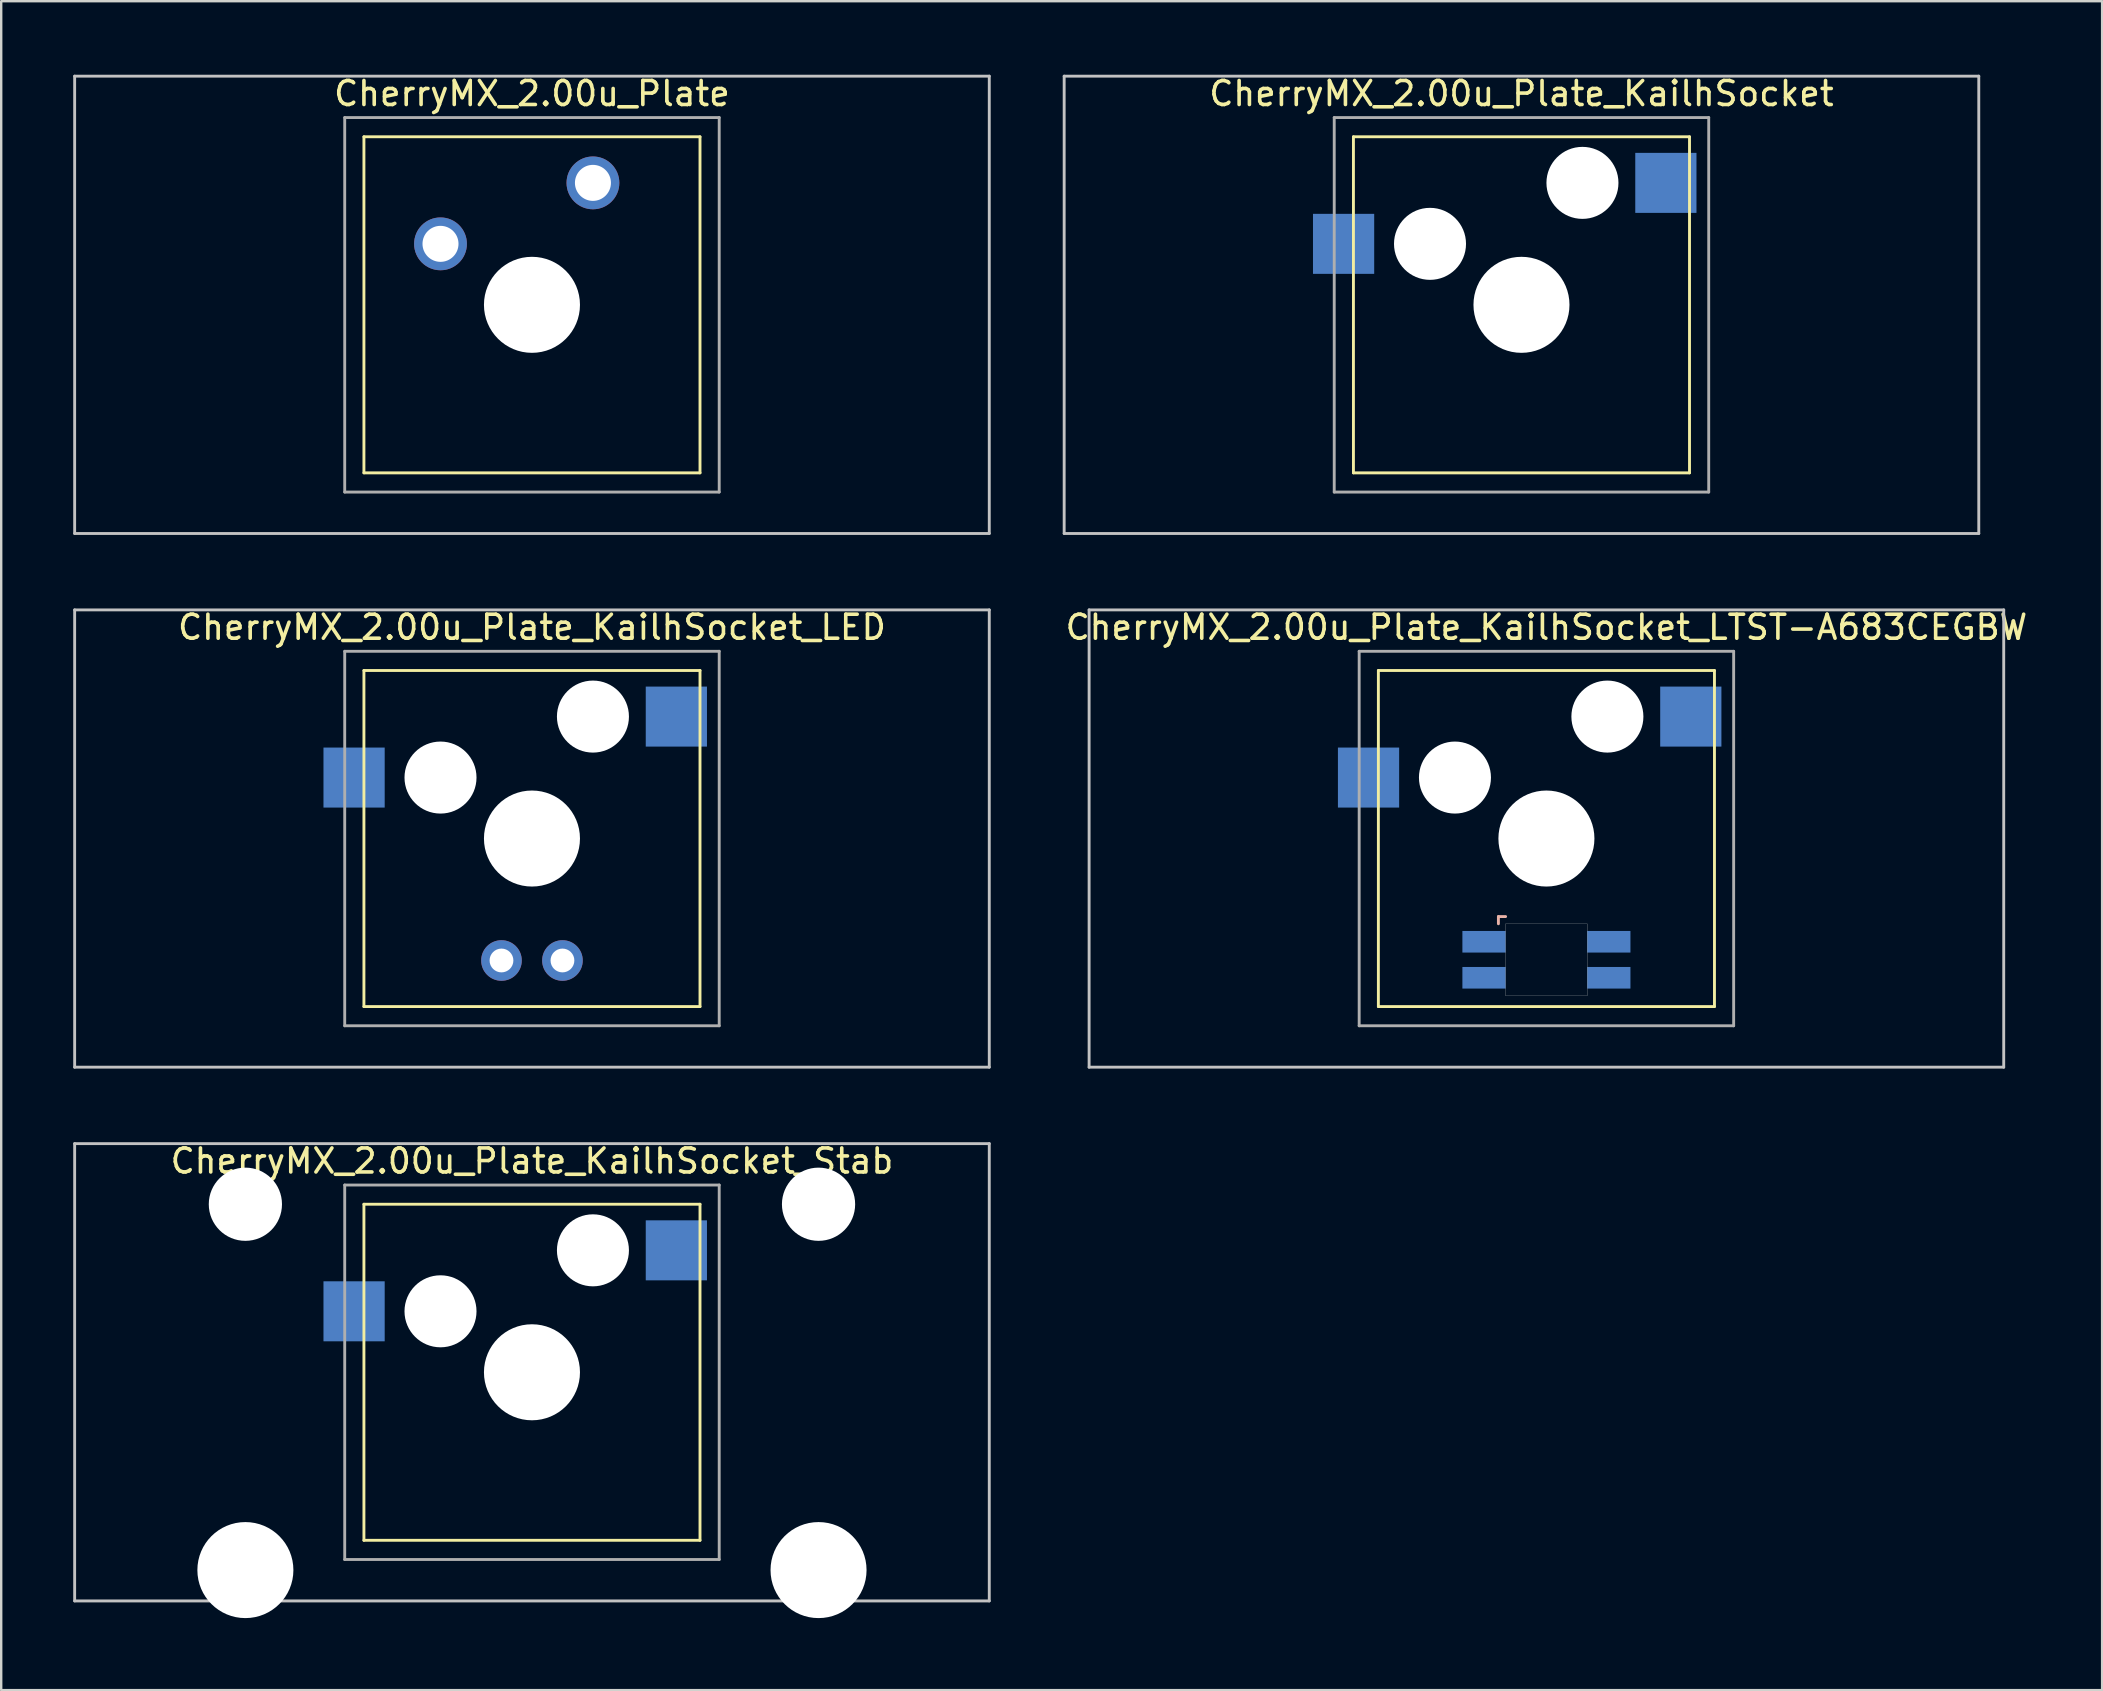
<source format=kicad_pcb>
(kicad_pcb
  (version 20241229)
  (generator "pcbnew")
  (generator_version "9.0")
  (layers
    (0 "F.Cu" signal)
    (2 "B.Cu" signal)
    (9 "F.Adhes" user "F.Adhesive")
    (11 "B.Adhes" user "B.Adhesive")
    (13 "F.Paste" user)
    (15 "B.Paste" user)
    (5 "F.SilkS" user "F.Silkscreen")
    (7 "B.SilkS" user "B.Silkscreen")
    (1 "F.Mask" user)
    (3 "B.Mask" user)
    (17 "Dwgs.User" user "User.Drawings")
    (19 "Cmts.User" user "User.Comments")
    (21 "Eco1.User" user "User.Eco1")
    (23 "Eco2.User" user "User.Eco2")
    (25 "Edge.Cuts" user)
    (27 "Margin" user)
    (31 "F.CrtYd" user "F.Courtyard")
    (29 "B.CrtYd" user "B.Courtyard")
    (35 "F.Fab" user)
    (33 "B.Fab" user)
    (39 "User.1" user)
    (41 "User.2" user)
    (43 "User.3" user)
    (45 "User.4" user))
  (footprint "CherryMX_2.00u_Plate_KailhSocket"
    (layer "F.Cu")
    (at 60.33 9.648)
    (property "Reference" "CherryMX_2.00u_Plate_KailhSocket" (at 0 -8.8 0) (layer "F.SilkS") (effects (font (size 1 1) (thickness 0.15))))
    (attr through_hole)
    (fp_line (start -7 -7) (end -7 7) (stroke (width 0.12) (type solid)) (layer "F.SilkS"))
    (fp_line (start -7 -7) (end 7 -7) (stroke (width 0.12) (type solid)) (layer "F.SilkS"))
    (fp_line (start 7 -7) (end 7 7) (stroke (width 0.12) (type solid)) (layer "F.SilkS"))
    (fp_line (start 7 7) (end -7 7) (stroke (width 0.12) (type solid)) (layer "F.SilkS"))
    (fp_line (start -19.05 -9.525) (end 19.05 -9.525) (stroke (width 0.12) (type solid)) (layer "Dwgs.User"))
    (fp_line (start -19.05 9.525) (end -19.05 -9.525) (stroke (width 0.12) (type solid)) (layer "Dwgs.User"))
    (fp_line (start 19.05 -9.525) (end 19.05 9.525) (stroke (width 0.12) (type solid)) (layer "Dwgs.User"))
    (fp_line (start 19.05 9.525) (end -19.05 9.525) (stroke (width 0.12) (type solid)) (layer "Dwgs.User"))
    (fp_line (start -7.8 -7.8) (end -7.8 7.8) (stroke (width 0.12) (type solid)) (layer "F.Fab"))
    (fp_line (start -7.8 -7.8) (end 7.8 -7.8) (stroke (width 0.12) (type solid)) (layer "F.Fab"))
    (fp_line (start -7.8 7.8) (end 7.8 7.8) (stroke (width 0.12) (type solid)) (layer "F.Fab"))
    (fp_line (start 7.8 -7.8) (end 7.8 7.8) (stroke (width 0.12) (type solid)) (layer "F.Fab"))
    (pad "" np_thru_hole circle (at -3.81 -2.54) (size 3 3) (drill 3) (layers "*.Cu" "*.Mask"))
    (pad "" np_thru_hole circle (at 0 0) (size 4 4) (drill 4) (layers "*.Cu" "*.Mask"))
    (pad "" np_thru_hole circle (at 2.54 -5.08) (size 3 3) (drill 3) (layers "*.Cu" "*.Mask"))
    (pad "1" smd rect (at -7.41 -2.54) (size 2.55 2.5) (layers "B.Cu" "B.Mask" "B.Paste"))
    (pad "2" smd rect (at 6.015 -5.08) (size 2.55 2.5) (layers "B.Cu" "B.Mask" "B.Paste")))
  (footprint "CherryMX_2.00u_Plate_KailhSocket_LTST-A683CEGBW"
    (layer "F.Cu")
    (at 61.369 31.881)
    (property "Reference" "CherryMX_2.00u_Plate_KailhSocket_LTST-A683CEGBW" (at 0 -8.8 0) (layer "F.SilkS") (effects (font (size 1 1) (thickness 0.15))))
    (attr through_hole)
    (fp_line (start -7 -7) (end -7 7) (stroke (width 0.12) (type solid)) (layer "F.SilkS"))
    (fp_line (start -7 -7) (end 7 -7) (stroke (width 0.12) (type solid)) (layer "F.SilkS"))
    (fp_line (start 7 -7) (end 7 7) (stroke (width 0.12) (type solid)) (layer "F.SilkS"))
    (fp_line (start 7 7) (end -7 7) (stroke (width 0.12) (type solid)) (layer "F.SilkS"))
    (fp_line (start -2 3.25) (end -2 3.55) (stroke (width 0.12) (type solid)) (layer "B.SilkS"))
    (fp_line (start -1.7 3.25) (end -2 3.25) (stroke (width 0.12) (type solid)) (layer "B.SilkS"))
    (fp_line (start -19.05 -9.525) (end 19.05 -9.525) (stroke (width 0.12) (type solid)) (layer "Dwgs.User"))
    (fp_line (start -19.05 9.525) (end -19.05 -9.525) (stroke (width 0.12) (type solid)) (layer "Dwgs.User"))
    (fp_line (start 19.05 -9.525) (end 19.05 9.525) (stroke (width 0.12) (type solid)) (layer "Dwgs.User"))
    (fp_line (start 19.05 9.525) (end -19.05 9.525) (stroke (width 0.12) (type solid)) (layer "Dwgs.User"))
    (fp_poly (pts (xy 1.7 6.55) (xy -1.7 6.55) (xy -1.7 3.55) (xy 1.7 3.55)) (stroke (width 0.01) (type solid)) (fill no) (layer "Edge.Cuts"))
    (fp_line (start -7.8 -7.8) (end -7.8 7.8) (stroke (width 0.12) (type solid)) (layer "F.Fab"))
    (fp_line (start -7.8 -7.8) (end 7.8 -7.8) (stroke (width 0.12) (type solid)) (layer "F.Fab"))
    (fp_line (start -7.8 7.8) (end 7.8 7.8) (stroke (width 0.12) (type solid)) (layer "F.Fab"))
    (fp_line (start 7.8 -7.8) (end 7.8 7.8) (stroke (width 0.12) (type solid)) (layer "F.Fab"))
    (pad "" np_thru_hole circle (at -3.81 -2.54) (size 3 3) (drill 3) (layers "*.Cu" "*.Mask"))
    (pad "" np_thru_hole circle (at 0 0) (size 4 4) (drill 4) (layers "*.Cu" "*.Mask"))
    (pad "" np_thru_hole circle (at 2.54 -5.08) (size 3 3) (drill 3) (layers "*.Cu" "*.Mask"))
    (pad "1" smd rect (at -7.41 -2.54) (size 2.55 2.5) (layers "B.Cu" "B.Mask" "B.Paste"))
    (pad "2" smd rect (at 6.015 -5.08) (size 2.55 2.5) (layers "B.Cu" "B.Mask" "B.Paste"))
    (pad "3" smd rect (at -2.6 4.3) (size 1.8 0.9) (layers "B.Cu" "B.Mask" "B.Paste"))
    (pad "4" smd rect (at -2.6 5.8) (size 1.8 0.9) (layers "B.Cu" "B.Mask" "B.Paste"))
    (pad "5" smd rect (at 2.6 4.3) (size 1.8 0.9) (layers "B.Cu" "B.Mask" "B.Paste"))
    (pad "6" smd rect (at 2.6 5.8) (size 1.8 0.9) (layers "B.Cu" "B.Mask" "B.Paste")))
  (footprint "CherryMX_2.00u_Plate_KailhSocket_Stab"
    (layer "F.Cu")
    (at 19.11 54.115)
    (property "Reference" "CherryMX_2.00u_Plate_KailhSocket_Stab" (at 0 -8.8 0) (layer "F.SilkS") (effects (font (size 1 1) (thickness 0.15))))
    (attr through_hole)
    (fp_line (start -7 -7) (end -7 7) (stroke (width 0.12) (type solid)) (layer "F.SilkS"))
    (fp_line (start -7 -7) (end 7 -7) (stroke (width 0.12) (type solid)) (layer "F.SilkS"))
    (fp_line (start 7 -7) (end 7 7) (stroke (width 0.12) (type solid)) (layer "F.SilkS"))
    (fp_line (start 7 7) (end -7 7) (stroke (width 0.12) (type solid)) (layer "F.SilkS"))
    (fp_line (start -19.05 -9.525) (end 19.05 -9.525) (stroke (width 0.12) (type solid)) (layer "Dwgs.User"))
    (fp_line (start -19.05 9.525) (end -19.05 -9.525) (stroke (width 0.12) (type solid)) (layer "Dwgs.User"))
    (fp_line (start 19.05 -9.525) (end 19.05 9.525) (stroke (width 0.12) (type solid)) (layer "Dwgs.User"))
    (fp_line (start 19.05 9.525) (end -19.05 9.525) (stroke (width 0.12) (type solid)) (layer "Dwgs.User"))
    (fp_line (start -7.8 -7.8) (end -7.8 7.8) (stroke (width 0.12) (type solid)) (layer "F.Fab"))
    (fp_line (start -7.8 -7.8) (end 7.8 -7.8) (stroke (width 0.12) (type solid)) (layer "F.Fab"))
    (fp_line (start -7.8 7.8) (end 7.8 7.8) (stroke (width 0.12) (type solid)) (layer "F.Fab"))
    (fp_line (start 7.8 -7.8) (end 7.8 7.8) (stroke (width 0.12) (type solid)) (layer "F.Fab"))
    (pad "" np_thru_hole circle (at -11.938 -7) (size 3.05 3.05) (drill 3.05) (layers "*.Cu" "*.Mask"))
    (pad "" np_thru_hole circle (at -11.938 8.24) (size 4 4) (drill 4) (layers "*.Cu" "*.Mask"))
    (pad "" np_thru_hole circle (at -3.81 -2.54) (size 3 3) (drill 3) (layers "*.Cu" "*.Mask"))
    (pad "" np_thru_hole circle (at 0 0) (size 4 4) (drill 4) (layers "*.Cu" "*.Mask"))
    (pad "" np_thru_hole circle (at 2.54 -5.08) (size 3 3) (drill 3) (layers "*.Cu" "*.Mask"))
    (pad "" np_thru_hole circle (at 11.938 -7) (size 3.05 3.05) (drill 3.05) (layers "*.Cu" "*.Mask"))
    (pad "" np_thru_hole circle (at 11.938 8.24) (size 4 4) (drill 4) (layers "*.Cu" "*.Mask"))
    (pad "1" smd rect (at -7.41 -2.54) (size 2.55 2.5) (layers "B.Cu" "B.Mask" "B.Paste"))
    (pad "2" smd rect (at 6.015 -5.08) (size 2.55 2.5) (layers "B.Cu" "B.Mask" "B.Paste")))
  (footprint "CherryMX_2.00u_Plate_KailhSocket_LED"
    (layer "F.Cu")
    (at 19.11 31.881)
    (property "Reference" "CherryMX_2.00u_Plate_KailhSocket_LED" (at 0 -8.8 0) (layer "F.SilkS") (effects (font (size 1 1) (thickness 0.15))))
    (attr through_hole)
    (fp_line (start -7 -7) (end -7 7) (stroke (width 0.12) (type solid)) (layer "F.SilkS"))
    (fp_line (start -7 -7) (end 7 -7) (stroke (width 0.12) (type solid)) (layer "F.SilkS"))
    (fp_line (start 7 -7) (end 7 7) (stroke (width 0.12) (type solid)) (layer "F.SilkS"))
    (fp_line (start 7 7) (end -7 7) (stroke (width 0.12) (type solid)) (layer "F.SilkS"))
    (fp_line (start -19.05 -9.525) (end 19.05 -9.525) (stroke (width 0.12) (type solid)) (layer "Dwgs.User"))
    (fp_line (start -19.05 9.525) (end -19.05 -9.525) (stroke (width 0.12) (type solid)) (layer "Dwgs.User"))
    (fp_line (start 19.05 -9.525) (end 19.05 9.525) (stroke (width 0.12) (type solid)) (layer "Dwgs.User"))
    (fp_line (start 19.05 9.525) (end -19.05 9.525) (stroke (width 0.12) (type solid)) (layer "Dwgs.User"))
    (fp_line (start -7.8 -7.8) (end -7.8 7.8) (stroke (width 0.12) (type solid)) (layer "F.Fab"))
    (fp_line (start -7.8 -7.8) (end 7.8 -7.8) (stroke (width 0.12) (type solid)) (layer "F.Fab"))
    (fp_line (start -7.8 7.8) (end 7.8 7.8) (stroke (width 0.12) (type solid)) (layer "F.Fab"))
    (fp_line (start 7.8 -7.8) (end 7.8 7.8) (stroke (width 0.12) (type solid)) (layer "F.Fab"))
    (pad "" np_thru_hole circle (at -3.81 -2.54) (size 3 3) (drill 3) (layers "*.Cu" "*.Mask"))
    (pad "" np_thru_hole circle (at 0 0) (size 4 4) (drill 4) (layers "*.Cu" "*.Mask"))
    (pad "" np_thru_hole circle (at 2.54 -5.08) (size 3 3) (drill 3) (layers "*.Cu" "*.Mask"))
    (pad "1" smd rect (at -7.41 -2.54) (size 2.55 2.5) (layers "B.Cu" "B.Mask" "B.Paste"))
    (pad "2" smd rect (at 6.015 -5.08) (size 2.55 2.5) (layers "B.Cu" "B.Mask" "B.Paste"))
    (pad "3" thru_hole circle (at -1.27 5.08) (size 1.691 1.691) (drill 0.991) (layers "*.Cu" "*.Mask"))
    (pad "4" thru_hole circle (at 1.27 5.08) (size 1.691 1.691) (drill 0.991) (layers "*.Cu" "*.Mask")))
  (footprint "CherryMX_2.00u_Plate"
    (layer "F.Cu")
    (at 19.11 9.648)
    (property "Reference" "CherryMX_2.00u_Plate" (at 0 -8.8 0) (layer "F.SilkS") (effects (font (size 1 1) (thickness 0.15))))
    (attr through_hole)
    (fp_line (start -7 -7) (end -7 7) (stroke (width 0.12) (type solid)) (layer "F.SilkS"))
    (fp_line (start -7 -7) (end 7 -7) (stroke (width 0.12) (type solid)) (layer "F.SilkS"))
    (fp_line (start 7 -7) (end 7 7) (stroke (width 0.12) (type solid)) (layer "F.SilkS"))
    (fp_line (start 7 7) (end -7 7) (stroke (width 0.12) (type solid)) (layer "F.SilkS"))
    (fp_line (start -19.05 -9.525) (end 19.05 -9.525) (stroke (width 0.12) (type solid)) (layer "Dwgs.User"))
    (fp_line (start -19.05 9.525) (end -19.05 -9.525) (stroke (width 0.12) (type solid)) (layer "Dwgs.User"))
    (fp_line (start 19.05 -9.525) (end 19.05 9.525) (stroke (width 0.12) (type solid)) (layer "Dwgs.User"))
    (fp_line (start 19.05 9.525) (end -19.05 9.525) (stroke (width 0.12) (type solid)) (layer "Dwgs.User"))
    (fp_line (start -7.8 -7.8) (end -7.8 7.8) (stroke (width 0.12) (type solid)) (layer "F.Fab"))
    (fp_line (start -7.8 -7.8) (end 7.8 -7.8) (stroke (width 0.12) (type solid)) (layer "F.Fab"))
    (fp_line (start -7.8 7.8) (end 7.8 7.8) (stroke (width 0.12) (type solid)) (layer "F.Fab"))
    (fp_line (start 7.8 -7.8) (end 7.8 7.8) (stroke (width 0.12) (type solid)) (layer "F.Fab"))
    (pad "" np_thru_hole circle (at 0 0) (size 4 4) (drill 4) (layers "*.Cu" "*.Mask"))
    (pad "1" thru_hole circle (at -3.81 -2.54) (size 2.2 2.2) (drill 1.5) (layers "*.Cu" "*.Mask"))
    (pad "2" thru_hole circle (at 2.54 -5.08) (size 2.2 2.2) (drill 1.5) (layers "*.Cu" "*.Mask")))
  (gr_rect
    (start -3 -3)
    (end 84.518 67.355)
    (stroke (width 0.1) (type default))
    (fill no)
    (layer "Edge.Cuts")))
</source>
